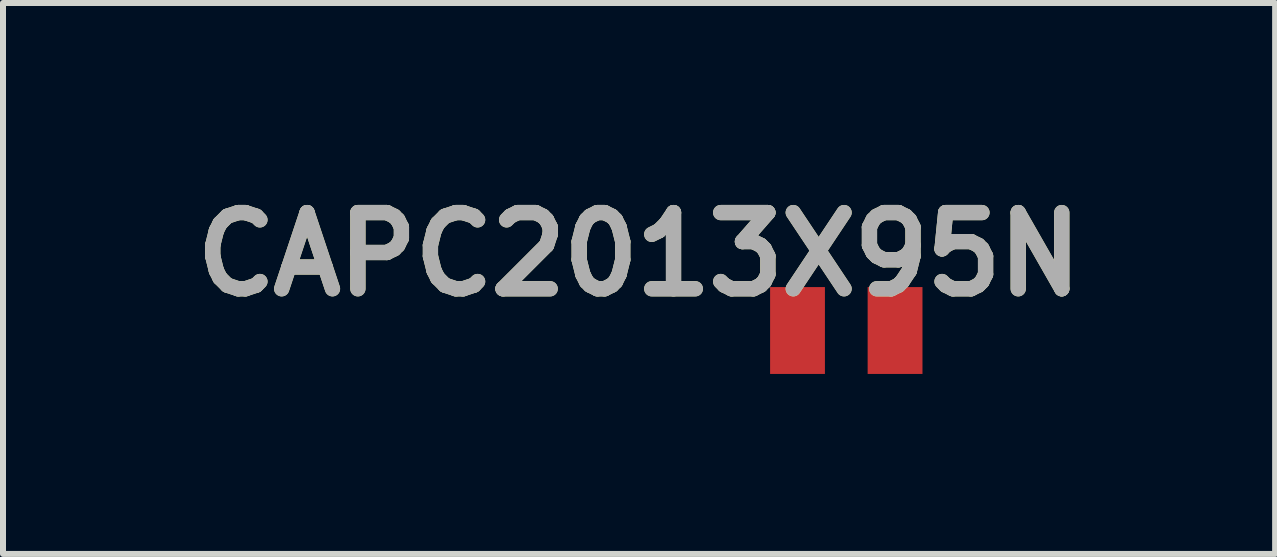
<source format=kicad_pcb>
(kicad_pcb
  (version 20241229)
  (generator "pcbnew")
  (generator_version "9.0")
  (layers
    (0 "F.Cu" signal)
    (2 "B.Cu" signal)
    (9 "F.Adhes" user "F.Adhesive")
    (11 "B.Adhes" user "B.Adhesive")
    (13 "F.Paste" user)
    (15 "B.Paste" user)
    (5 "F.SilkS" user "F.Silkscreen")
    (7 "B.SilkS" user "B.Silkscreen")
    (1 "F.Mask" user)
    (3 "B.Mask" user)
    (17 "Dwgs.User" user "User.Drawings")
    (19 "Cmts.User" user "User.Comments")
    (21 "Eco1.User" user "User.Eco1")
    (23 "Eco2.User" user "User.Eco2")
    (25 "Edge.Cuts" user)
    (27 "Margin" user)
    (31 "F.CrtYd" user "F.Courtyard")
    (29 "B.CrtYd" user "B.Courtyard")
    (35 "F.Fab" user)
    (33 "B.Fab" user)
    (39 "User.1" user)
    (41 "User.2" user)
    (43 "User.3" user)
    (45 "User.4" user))
  (footprint "CAPC2013X95N"
    (layer "F.Cu")
    (at 11.056 2.459)
    (property "Reference" "CAPC2013X95N" (at -3.454 -1.27 0) (layer "F.SilkS") (effects (font (size 1.27 1.27) (thickness 0.254))))
    (attr smd)
    (fp_text user "${REFERENCE}" (at -3.454 -1.27 0) (layer "F.Fab") (effects (font (size 1.27 1.27) (thickness 0.254))))
    (pad "1" smd rect (at -0.813 0) (size 0.914 1.448) (layers "F.Cu" "F.Mask" "F.Paste"))
    (pad "2" smd rect (at 0.813 0) (size 0.914 1.448) (layers "F.Cu" "F.Mask" "F.Paste")))
  (gr_rect
    (start -3 -3)
    (end 18.204 6.183)
    (stroke (width 0.1) (type default))
    (fill no)
    (layer "Edge.Cuts")))
</source>
